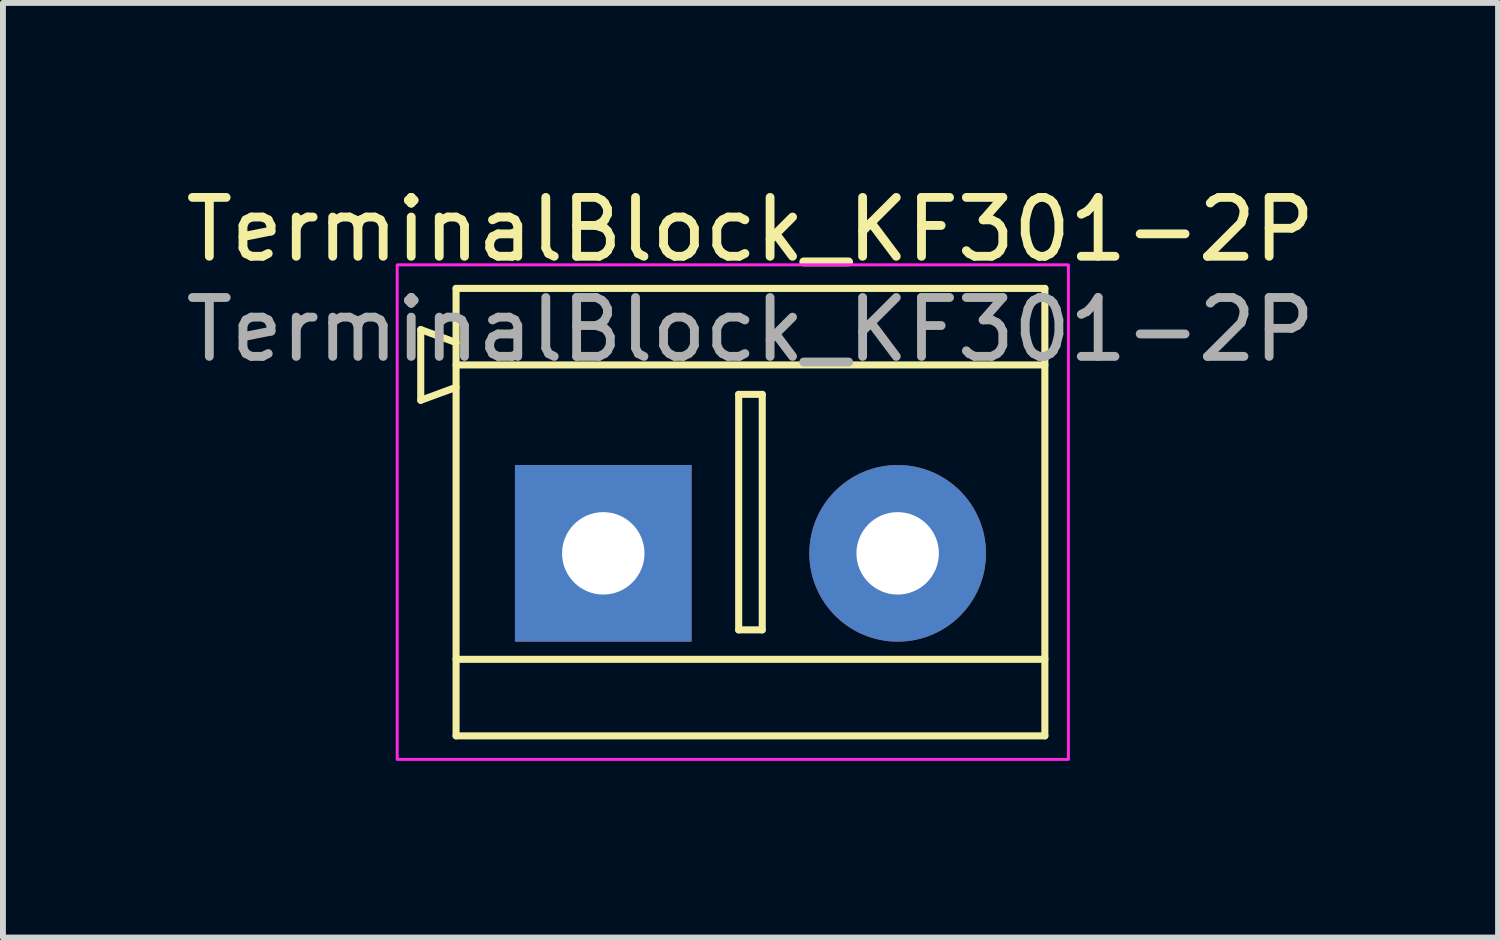
<source format=kicad_pcb>
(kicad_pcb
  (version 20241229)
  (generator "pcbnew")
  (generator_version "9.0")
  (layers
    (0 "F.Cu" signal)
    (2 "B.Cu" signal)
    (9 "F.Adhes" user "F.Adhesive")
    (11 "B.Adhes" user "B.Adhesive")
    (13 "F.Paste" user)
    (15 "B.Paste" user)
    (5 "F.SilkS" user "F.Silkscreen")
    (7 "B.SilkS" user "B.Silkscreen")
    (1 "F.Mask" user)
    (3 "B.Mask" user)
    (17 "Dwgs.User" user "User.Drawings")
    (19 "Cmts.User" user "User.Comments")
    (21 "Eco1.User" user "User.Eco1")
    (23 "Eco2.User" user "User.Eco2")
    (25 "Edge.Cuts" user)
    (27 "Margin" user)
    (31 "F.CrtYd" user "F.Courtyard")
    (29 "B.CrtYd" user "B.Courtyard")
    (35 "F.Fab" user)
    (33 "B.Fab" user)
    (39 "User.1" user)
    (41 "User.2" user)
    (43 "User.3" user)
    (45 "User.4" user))
  (footprint "TerminalBlock_KF301-2P"
    (layer "F.Cu")
    (at 9.696 6.348)
    (property "Reference" "TerminalBlock_KF301-2P" (at 0 -5.5 0) (layer "F.SilkS") (effects (font (size 1 1) (thickness 0.15))))
    (attr through_hole)
    (fp_line (start -5.6 -2.6) (end -5.6 -3.8) (stroke (width 0.12) (type solid)) (layer "F.SilkS"))
    (fp_line (start -5 -4.5) (end 5 -4.5) (stroke (width 0.12) (type solid)) (layer "F.SilkS"))
    (fp_line (start -5 -3.58) (end -5.6 -3.8) (stroke (width 0.12) (type solid)) (layer "F.SilkS"))
    (fp_line (start -5 -3.2) (end 5 -3.2) (stroke (width 0.12) (type solid)) (layer "F.SilkS"))
    (fp_line (start -5 -2.82) (end -5.6 -2.6) (stroke (width 0.12) (type solid)) (layer "F.SilkS"))
    (fp_line (start -5 3.1) (end -5 -4.5) (stroke (width 0.12) (type solid)) (layer "F.SilkS"))
    (fp_line (start -0.2 -2.7) (end 0.2 -2.7) (stroke (width 0.12) (type solid)) (layer "F.SilkS"))
    (fp_line (start -0.2 1.3) (end -0.2 -2.7) (stroke (width 0.12) (type solid)) (layer "F.SilkS"))
    (fp_line (start -0.2 1.3) (end 0.2 1.3) (stroke (width 0.12) (type solid)) (layer "F.SilkS"))
    (fp_line (start 0.2 1.3) (end 0.2 -2.7) (stroke (width 0.12) (type solid)) (layer "F.SilkS"))
    (fp_line (start 5 1.8) (end -5 1.8) (stroke (width 0.12) (type solid)) (layer "F.SilkS"))
    (fp_line (start 5 3.1) (end -5 3.1) (stroke (width 0.12) (type solid)) (layer "F.SilkS"))
    (fp_line (start 5 3.1) (end 5 -4.5) (stroke (width 0.12) (type solid)) (layer "F.SilkS"))
    (fp_rect (start -6 -4.9) (end 5.4 3.5) (stroke (width 0.05) (type solid)) (fill no) (layer "F.CrtYd"))
    (fp_text user "${REFERENCE}" (at 0 -3.8 0) (layer "F.Fab") (effects (font (size 1 1) (thickness 0.15))))
    (pad "1" thru_hole rect (at -2.5 0) (size 3 3) (drill 1.4) (layers "*.Cu" "*.Mask"))
    (pad "2" thru_hole circle (at 2.5 0) (size 3 3) (drill 1.4) (layers "*.Cu" "*.Mask")))
  (gr_rect
    (start -3 -3)
    (end 22.393 12.873)
    (stroke (width 0.1) (type default))
    (fill no)
    (layer "Edge.Cuts")))
</source>
